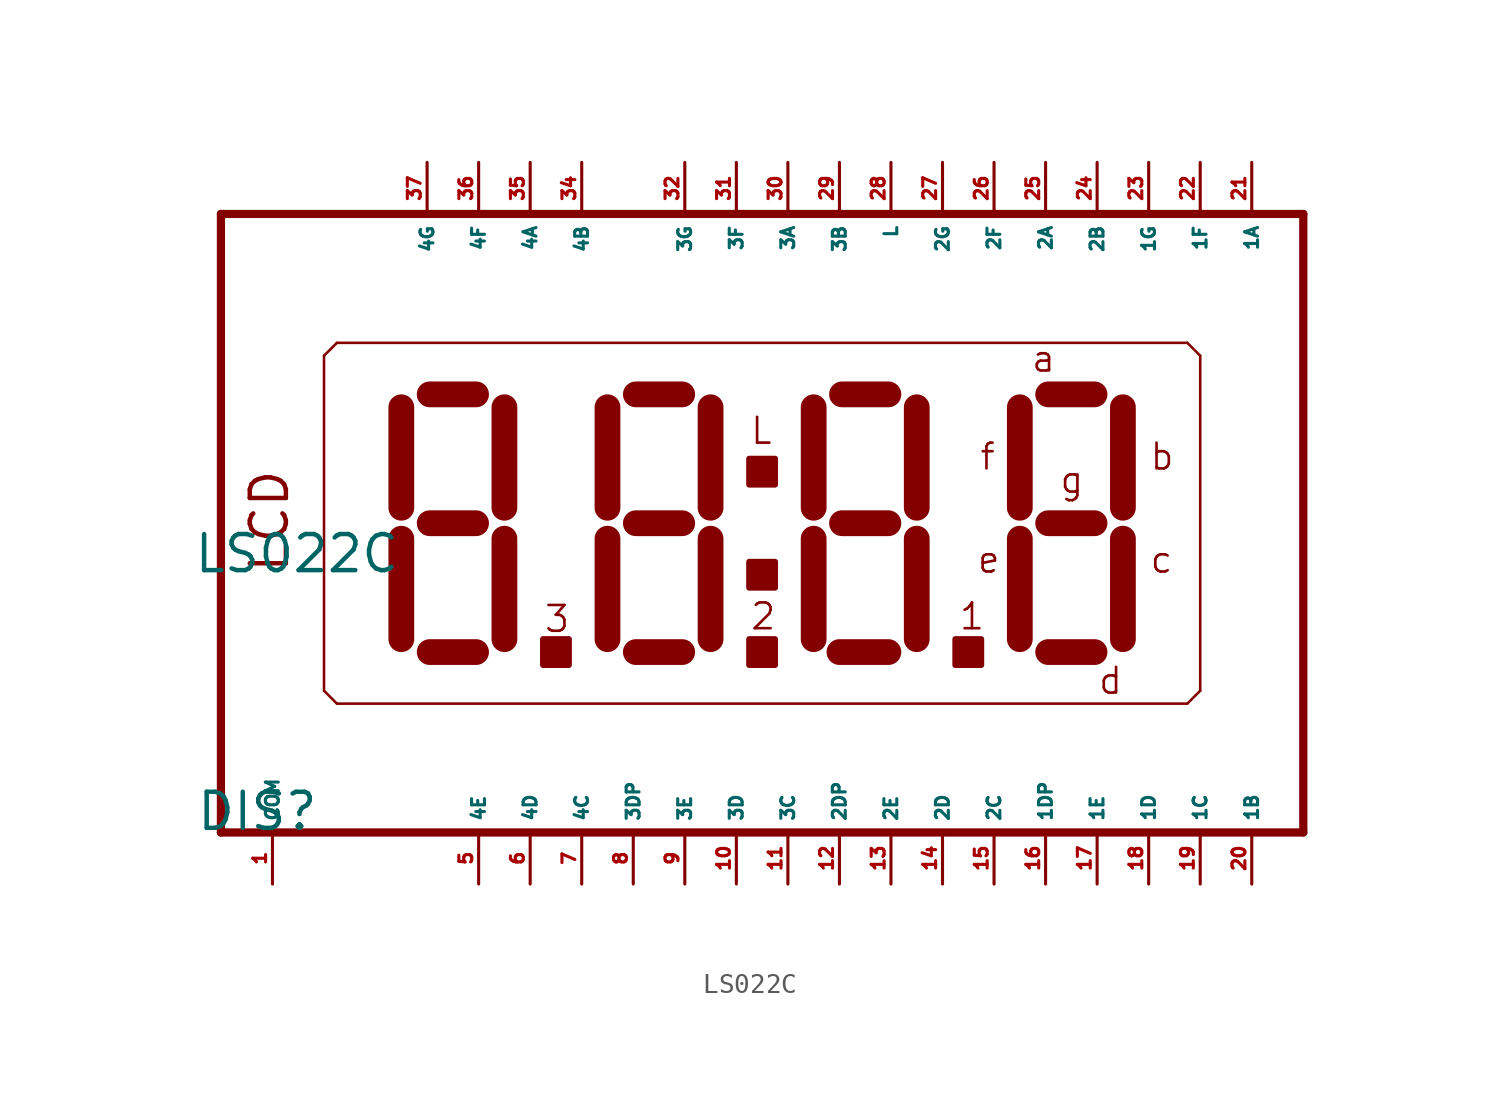
<source format=kicad_sym>
(kicad_symbol_lib
  (version 20220914)
  (generator Eagle2Kicad)
  (symbol "LS022C"
    (property "Reference" "DIS"
      (at -29.21 -15.24 0)
      (effects (font (size 1.778 1.778) (thickness 0.22)) (justify left bottom)))
    (property "Value" "LS022C"
      (at -29.337 -2.54 0)
      (effects (font (size 1.778 1.778) (thickness 0.22)) (justify left bottom)))
    (polyline
      (pts (xy -27.94 -15.24) (xy 25.4 -15.24))
      (stroke (width 0.406) (type default))
      (fill (type none)))
    (polyline
      (pts (xy 25.4 15.24) (xy -27.94 15.24))
      (stroke (width 0.406) (type default))
      (fill (type none)))
    (polyline
      (pts (xy -27.94 15.24) (xy -27.94 -15.24))
      (stroke (width 0.406) (type default))
      (fill (type none)))
    (polyline
      (pts (xy 25.4 -15.24) (xy 25.4 15.24))
      (stroke (width 0.406) (type default))
      (fill (type none)))
    (polyline
      (pts (xy -22.225 8.89) (xy -22.86 8.255))
      (stroke (width 0.127) (type default))
      (fill (type none)))
    (polyline
      (pts (xy -22.86 8.255) (xy -22.86 -8.255))
      (stroke (width 0.127) (type default))
      (fill (type none)))
    (polyline
      (pts (xy -22.86 -8.255) (xy -22.225 -8.89))
      (stroke (width 0.127) (type default))
      (fill (type none)))
    (polyline
      (pts (xy -22.225 -8.89) (xy 19.685 -8.89))
      (stroke (width 0.127) (type default))
      (fill (type none)))
    (polyline
      (pts (xy 19.685 -8.89) (xy 20.32 -8.255))
      (stroke (width 0.127) (type default))
      (fill (type none)))
    (polyline
      (pts (xy 20.32 -8.255) (xy 20.32 8.255))
      (stroke (width 0.127) (type default))
      (fill (type none)))
    (polyline
      (pts (xy 20.32 8.255) (xy 19.685 8.89))
      (stroke (width 0.127) (type default))
      (fill (type none)))
    (polyline
      (pts (xy 19.685 8.89) (xy -22.225 8.89))
      (stroke (width 0.127) (type default))
      (fill (type none)))
    (polyline
      (pts (xy -19.05 5.715) (xy -19.05 0.762))
      (stroke (width 1.27) (type default))
      (fill (type none)))
    (polyline
      (pts (xy -19.05 -0.762) (xy -19.05 -5.715))
      (stroke (width 1.27) (type default))
      (fill (type none)))
    (polyline
      (pts (xy -17.653 -6.35) (xy -15.367 -6.35))
      (stroke (width 1.27) (type default))
      (fill (type none)))
    (polyline
      (pts (xy -13.97 -5.715) (xy -13.97 -0.762))
      (stroke (width 1.27) (type default))
      (fill (type none)))
    (polyline
      (pts (xy -13.97 0.762) (xy -13.97 5.715))
      (stroke (width 1.27) (type default))
      (fill (type none)))
    (polyline
      (pts (xy -17.653 6.35) (xy -15.367 6.35))
      (stroke (width 1.27) (type default))
      (fill (type none)))
    (polyline
      (pts (xy -17.653 0) (xy -15.367 0))
      (stroke (width 1.27) (type default))
      (fill (type none)))
    (polyline
      (pts (xy 11.43 5.715) (xy 11.43 0.762))
      (stroke (width 1.27) (type default))
      (fill (type none)))
    (polyline
      (pts (xy 11.43 -0.762) (xy 11.43 -5.715))
      (stroke (width 1.27) (type default))
      (fill (type none)))
    (polyline
      (pts (xy 12.827 -6.35) (xy 15.113 -6.35))
      (stroke (width 1.27) (type default))
      (fill (type none)))
    (polyline
      (pts (xy 16.51 -5.715) (xy 16.51 -0.762))
      (stroke (width 1.27) (type default))
      (fill (type none)))
    (polyline
      (pts (xy 16.51 0.762) (xy 16.51 5.715))
      (stroke (width 1.27) (type default))
      (fill (type none)))
    (polyline
      (pts (xy 12.827 6.35) (xy 15.113 6.35))
      (stroke (width 1.27) (type default))
      (fill (type none)))
    (polyline
      (pts (xy 12.827 0) (xy 15.113 0))
      (stroke (width 1.27) (type default))
      (fill (type none)))
    (polyline
      (pts (xy -8.89 5.715) (xy -8.89 0.762))
      (stroke (width 1.27) (type default))
      (fill (type none)))
    (polyline
      (pts (xy -8.89 -0.762) (xy -8.89 -5.715))
      (stroke (width 1.27) (type default))
      (fill (type none)))
    (polyline
      (pts (xy -7.493 -6.35) (xy -5.207 -6.35))
      (stroke (width 1.27) (type default))
      (fill (type none)))
    (polyline
      (pts (xy -3.81 -5.715) (xy -3.81 -0.762))
      (stroke (width 1.27) (type default))
      (fill (type none)))
    (polyline
      (pts (xy -3.81 0.762) (xy -3.81 5.715))
      (stroke (width 1.27) (type default))
      (fill (type none)))
    (polyline
      (pts (xy -7.493 6.35) (xy -5.207 6.35))
      (stroke (width 1.27) (type default))
      (fill (type none)))
    (polyline
      (pts (xy -7.493 0) (xy -5.207 0))
      (stroke (width 1.27) (type default))
      (fill (type none)))
    (polyline
      (pts (xy 1.27 5.715) (xy 1.27 0.762))
      (stroke (width 1.27) (type default))
      (fill (type none)))
    (polyline
      (pts (xy 1.27 -0.762) (xy 1.27 -5.715))
      (stroke (width 1.27) (type default))
      (fill (type none)))
    (polyline
      (pts (xy 2.54 -6.35) (xy 4.953 -6.35))
      (stroke (width 1.27) (type default))
      (fill (type none)))
    (polyline
      (pts (xy 6.35 -5.715) (xy 6.35 -0.762))
      (stroke (width 1.27) (type default))
      (fill (type none)))
    (polyline
      (pts (xy 6.35 0.762) (xy 6.35 5.715))
      (stroke (width 1.27) (type default))
      (fill (type none)))
    (polyline
      (pts (xy 2.667 6.35) (xy 4.953 6.35))
      (stroke (width 1.27) (type default))
      (fill (type none)))
    (polyline
      (pts (xy 2.667 0) (xy 4.953 0))
      (stroke (width 1.27) (type default))
      (fill (type none)))
    (text "LCD"
      (at -24.511 -2.54 900)
      (effects (font (size 1.778 1.778) (thickness 0.22)) (justify left bottom)))
    (text "L"
      (at -1.905 3.81 0)
      (effects (font (size 1.27 1.27) (thickness 0.13)) (justify left bottom)))
    (text "a"
      (at 11.938 7.366 0)
      (effects (font (size 1.27 1.27) (thickness 0.13)) (justify left bottom)))
    (text "b"
      (at 17.78 2.54 0)
      (effects (font (size 1.27 1.27) (thickness 0.13)) (justify left bottom)))
    (text "c"
      (at 17.78 -2.54 0)
      (effects (font (size 1.27 1.27) (thickness 0.13)) (justify left bottom)))
    (text "d"
      (at 15.24 -8.509 0)
      (effects (font (size 1.27 1.27) (thickness 0.13)) (justify left bottom)))
    (text "e"
      (at 9.271 -2.54 0)
      (effects (font (size 1.27 1.27) (thickness 0.13)) (justify left bottom)))
    (text "f"
      (at 9.398 2.54 0)
      (effects (font (size 1.27 1.27) (thickness 0.13)) (justify left bottom)))
    (text "g"
      (at 13.335 1.397 0)
      (effects (font (size 1.27 1.27) (thickness 0.13)) (justify left bottom)))
    (text "1"
      (at 8.382 -5.334 0)
      (effects (font (size 1.27 1.27) (thickness 0.13)) (justify left bottom)))
    (text "2"
      (at -1.905 -5.334 0)
      (effects (font (size 1.27 1.27) (thickness 0.13)) (justify left bottom)))
    (text "3"
      (at -12.065 -5.461 0)
      (effects (font (size 1.27 1.27) (thickness 0.13)) (justify left bottom)))
    (rectangle
      (start -12.065 -6.985)
      (end -10.795 -5.715)
      (stroke (width 0.3) (type default))
      (fill (type outline)))
    (rectangle
      (start -1.905 -6.985)
      (end -0.635 -5.715)
      (stroke (width 0.3) (type default))
      (fill (type outline)))
    (rectangle
      (start -1.905 -3.175)
      (end -0.635 -1.905)
      (stroke (width 0.3) (type default))
      (fill (type outline)))
    (rectangle
      (start -1.905 1.905)
      (end -0.635 3.175)
      (stroke (width 0.3) (type default))
      (fill (type outline)))
    (rectangle
      (start 8.255 -6.985)
      (end 9.525 -5.715)
      (stroke (width 0.3) (type default))
      (fill (type outline)))
    (pin passive line
      (at -25.4 -17.78 90)
      (length 2.54)
      (name "COM" (effects (font (size 0.635 0.635) (thickness 0.08)) (justify left bottom)))
      (number "1" (effects (font (size 0.635 0.635) (thickness 0.08)) (justify left bottom))))
    (pin passive line
      (at -15.24 -17.78 90)
      (length 2.54)
      (name "4E" (effects (font (size 0.635 0.635) (thickness 0.08)) (justify left bottom)))
      (number "5" (effects (font (size 0.635 0.635) (thickness 0.08)) (justify left bottom))))
    (pin passive line
      (at -12.7 -17.78 90)
      (length 2.54)
      (name "4D" (effects (font (size 0.635 0.635) (thickness 0.08)) (justify left bottom)))
      (number "6" (effects (font (size 0.635 0.635) (thickness 0.08)) (justify left bottom))))
    (pin passive line
      (at -10.16 -17.78 90)
      (length 2.54)
      (name "4C" (effects (font (size 0.635 0.635) (thickness 0.08)) (justify left bottom)))
      (number "7" (effects (font (size 0.635 0.635) (thickness 0.08)) (justify left bottom))))
    (pin passive line
      (at -7.62 -17.78 90)
      (length 2.54)
      (name "3DP" (effects (font (size 0.635 0.635) (thickness 0.08)) (justify left bottom)))
      (number "8" (effects (font (size 0.635 0.635) (thickness 0.08)) (justify left bottom))))
    (pin passive line
      (at -5.08 -17.78 90)
      (length 2.54)
      (name "3E" (effects (font (size 0.635 0.635) (thickness 0.08)) (justify left bottom)))
      (number "9" (effects (font (size 0.635 0.635) (thickness 0.08)) (justify left bottom))))
    (pin passive line
      (at -2.54 -17.78 90)
      (length 2.54)
      (name "3D" (effects (font (size 0.635 0.635) (thickness 0.08)) (justify left bottom)))
      (number "10" (effects (font (size 0.635 0.635) (thickness 0.08)) (justify left bottom))))
    (pin passive line
      (at 0 -17.78 90)
      (length 2.54)
      (name "3C" (effects (font (size 0.635 0.635) (thickness 0.08)) (justify left bottom)))
      (number "11" (effects (font (size 0.635 0.635) (thickness 0.08)) (justify left bottom))))
    (pin passive line
      (at 2.54 -17.78 90)
      (length 2.54)
      (name "2DP" (effects (font (size 0.635 0.635) (thickness 0.08)) (justify left bottom)))
      (number "12" (effects (font (size 0.635 0.635) (thickness 0.08)) (justify left bottom))))
    (pin passive line
      (at 5.08 -17.78 90)
      (length 2.54)
      (name "2E" (effects (font (size 0.635 0.635) (thickness 0.08)) (justify left bottom)))
      (number "13" (effects (font (size 0.635 0.635) (thickness 0.08)) (justify left bottom))))
    (pin passive line
      (at 7.62 -17.78 90)
      (length 2.54)
      (name "2D" (effects (font (size 0.635 0.635) (thickness 0.08)) (justify left bottom)))
      (number "14" (effects (font (size 0.635 0.635) (thickness 0.08)) (justify left bottom))))
    (pin passive line
      (at 10.16 -17.78 90)
      (length 2.54)
      (name "2C" (effects (font (size 0.635 0.635) (thickness 0.08)) (justify left bottom)))
      (number "15" (effects (font (size 0.635 0.635) (thickness 0.08)) (justify left bottom))))
    (pin passive line
      (at 12.7 -17.78 90)
      (length 2.54)
      (name "1DP" (effects (font (size 0.635 0.635) (thickness 0.08)) (justify left bottom)))
      (number "16" (effects (font (size 0.635 0.635) (thickness 0.08)) (justify left bottom))))
    (pin passive line
      (at 15.24 -17.78 90)
      (length 2.54)
      (name "1E" (effects (font (size 0.635 0.635) (thickness 0.08)) (justify left bottom)))
      (number "17" (effects (font (size 0.635 0.635) (thickness 0.08)) (justify left bottom))))
    (pin passive line
      (at 17.78 -17.78 90)
      (length 2.54)
      (name "1D" (effects (font (size 0.635 0.635) (thickness 0.08)) (justify left bottom)))
      (number "18" (effects (font (size 0.635 0.635) (thickness 0.08)) (justify left bottom))))
    (pin passive line
      (at 20.32 -17.78 90)
      (length 2.54)
      (name "1C" (effects (font (size 0.635 0.635) (thickness 0.08)) (justify left bottom)))
      (number "19" (effects (font (size 0.635 0.635) (thickness 0.08)) (justify left bottom))))
    (pin passive line
      (at 22.86 -17.78 90)
      (length 2.54)
      (name "1B" (effects (font (size 0.635 0.635) (thickness 0.08)) (justify left bottom)))
      (number "20" (effects (font (size 0.635 0.635) (thickness 0.08)) (justify left bottom))))
    (pin passive line
      (at 22.86 17.78 270)
      (length 2.54)
      (name "1A" (effects (font (size 0.635 0.635) (thickness 0.08)) (justify left bottom)))
      (number "21" (effects (font (size 0.635 0.635) (thickness 0.08)) (justify left bottom))))
    (pin passive line
      (at 20.32 17.78 270)
      (length 2.54)
      (name "1F" (effects (font (size 0.635 0.635) (thickness 0.08)) (justify left bottom)))
      (number "22" (effects (font (size 0.635 0.635) (thickness 0.08)) (justify left bottom))))
    (pin passive line
      (at 17.78 17.78 270)
      (length 2.54)
      (name "1G" (effects (font (size 0.635 0.635) (thickness 0.08)) (justify left bottom)))
      (number "23" (effects (font (size 0.635 0.635) (thickness 0.08)) (justify left bottom))))
    (pin passive line
      (at 15.24 17.78 270)
      (length 2.54)
      (name "2B" (effects (font (size 0.635 0.635) (thickness 0.08)) (justify left bottom)))
      (number "24" (effects (font (size 0.635 0.635) (thickness 0.08)) (justify left bottom))))
    (pin passive line
      (at 12.7 17.78 270)
      (length 2.54)
      (name "2A" (effects (font (size 0.635 0.635) (thickness 0.08)) (justify left bottom)))
      (number "25" (effects (font (size 0.635 0.635) (thickness 0.08)) (justify left bottom))))
    (pin passive line
      (at 10.16 17.78 270)
      (length 2.54)
      (name "2F" (effects (font (size 0.635 0.635) (thickness 0.08)) (justify left bottom)))
      (number "26" (effects (font (size 0.635 0.635) (thickness 0.08)) (justify left bottom))))
    (pin passive line
      (at 7.62 17.78 270)
      (length 2.54)
      (name "2G" (effects (font (size 0.635 0.635) (thickness 0.08)) (justify left bottom)))
      (number "27" (effects (font (size 0.635 0.635) (thickness 0.08)) (justify left bottom))))
    (pin passive line
      (at 5.08 17.78 270)
      (length 2.54)
      (name "L" (effects (font (size 0.635 0.635) (thickness 0.08)) (justify left bottom)))
      (number "28" (effects (font (size 0.635 0.635) (thickness 0.08)) (justify left bottom))))
    (pin passive line
      (at 2.54 17.78 270)
      (length 2.54)
      (name "3B" (effects (font (size 0.635 0.635) (thickness 0.08)) (justify left bottom)))
      (number "29" (effects (font (size 0.635 0.635) (thickness 0.08)) (justify left bottom))))
    (pin passive line
      (at 0 17.78 270)
      (length 2.54)
      (name "3A" (effects (font (size 0.635 0.635) (thickness 0.08)) (justify left bottom)))
      (number "30" (effects (font (size 0.635 0.635) (thickness 0.08)) (justify left bottom))))
    (pin passive line
      (at -2.54 17.78 270)
      (length 2.54)
      (name "3F" (effects (font (size 0.635 0.635) (thickness 0.08)) (justify left bottom)))
      (number "31" (effects (font (size 0.635 0.635) (thickness 0.08)) (justify left bottom))))
    (pin passive line
      (at -5.08 17.78 270)
      (length 2.54)
      (name "3G" (effects (font (size 0.635 0.635) (thickness 0.08)) (justify left bottom)))
      (number "32" (effects (font (size 0.635 0.635) (thickness 0.08)) (justify left bottom))))
    (pin passive line
      (at -10.16 17.78 270)
      (length 2.54)
      (name "4B" (effects (font (size 0.635 0.635) (thickness 0.08)) (justify left bottom)))
      (number "34" (effects (font (size 0.635 0.635) (thickness 0.08)) (justify left bottom))))
    (pin passive line
      (at -12.7 17.78 270)
      (length 2.54)
      (name "4A" (effects (font (size 0.635 0.635) (thickness 0.08)) (justify left bottom)))
      (number "35" (effects (font (size 0.635 0.635) (thickness 0.08)) (justify left bottom))))
    (pin passive line
      (at -15.24 17.78 270)
      (length 2.54)
      (name "4F" (effects (font (size 0.635 0.635) (thickness 0.08)) (justify left bottom)))
      (number "36" (effects (font (size 0.635 0.635) (thickness 0.08)) (justify left bottom))))
    (pin passive line
      (at -17.78 17.78 270)
      (length 2.54)
      (name "4G" (effects (font (size 0.635 0.635) (thickness 0.08)) (justify left bottom)))
      (number "37" (effects (font (size 0.635 0.635) (thickness 0.08)) (justify left bottom))))))
</source>
